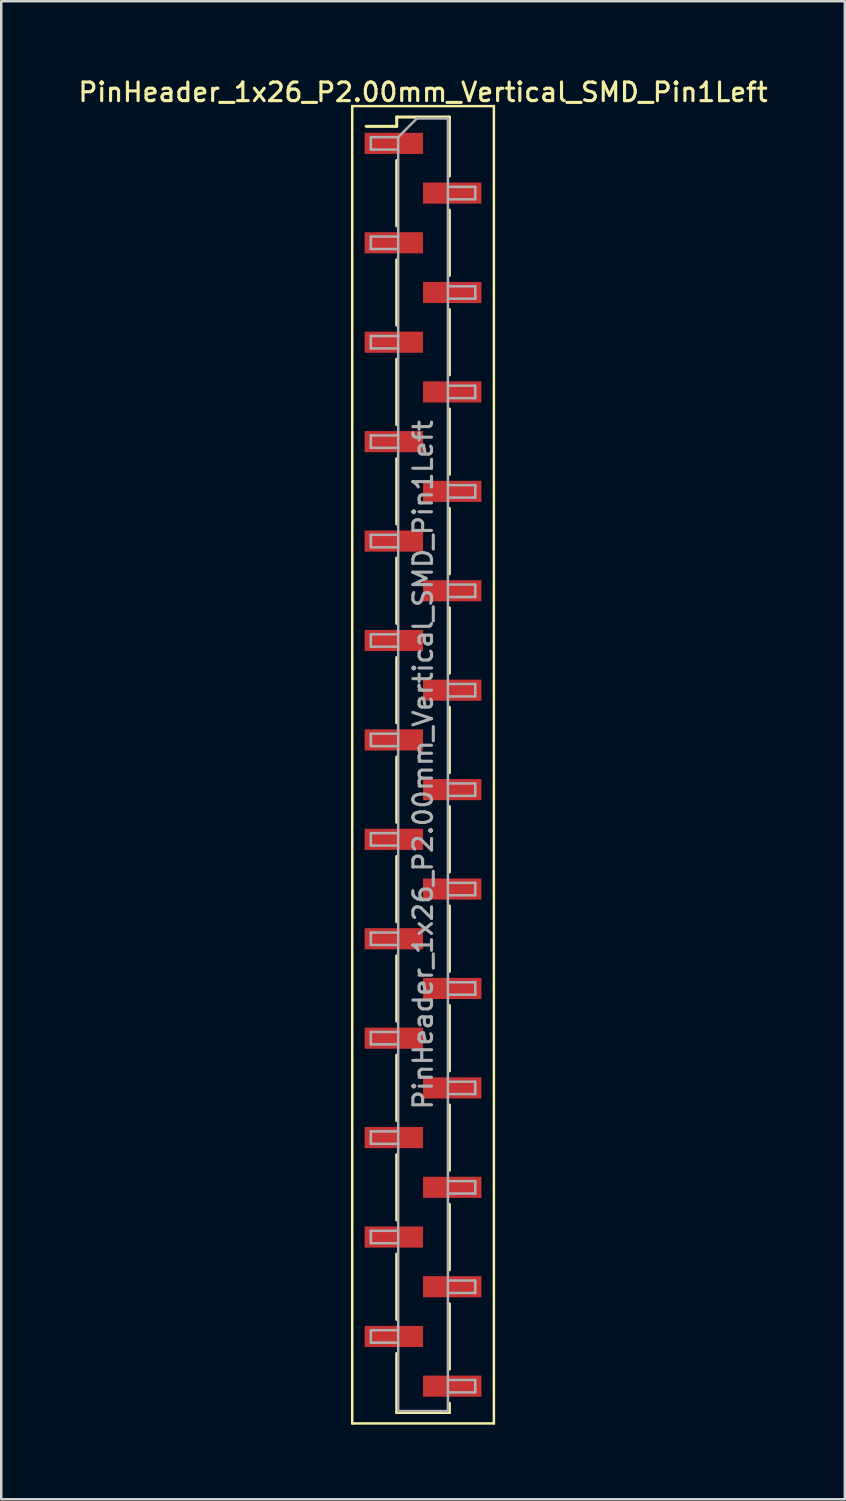
<source format=kicad_pcb>
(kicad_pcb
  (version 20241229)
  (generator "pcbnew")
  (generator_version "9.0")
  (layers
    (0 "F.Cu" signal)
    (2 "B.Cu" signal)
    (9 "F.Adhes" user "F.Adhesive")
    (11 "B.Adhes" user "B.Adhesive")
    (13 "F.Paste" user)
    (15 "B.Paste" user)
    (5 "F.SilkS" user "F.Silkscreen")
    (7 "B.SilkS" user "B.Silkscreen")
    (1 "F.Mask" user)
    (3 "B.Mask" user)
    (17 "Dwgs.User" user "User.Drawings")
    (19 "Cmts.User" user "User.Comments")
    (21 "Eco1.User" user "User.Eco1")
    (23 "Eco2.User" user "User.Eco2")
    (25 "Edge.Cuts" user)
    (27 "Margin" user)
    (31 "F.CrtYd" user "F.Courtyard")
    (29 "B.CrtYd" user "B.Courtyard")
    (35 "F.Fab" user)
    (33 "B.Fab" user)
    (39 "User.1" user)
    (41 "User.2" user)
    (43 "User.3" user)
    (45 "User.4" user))
  (footprint "PinHeader_1x26_P2.00mm_Vertical_SMD_Pin1Left"
    (layer "F.Cu")
    (at 13.97 27.718)
    (property "Reference" "PinHeader_1x26_P2.00mm_Vertical_SMD_Pin1Left" (at 0 -27.06 0) (layer "F.SilkS") (effects (font (size 0.75 0.75) (thickness 0.125))))
    (attr smd)
    (fp_line (start -2.85 -26.5) (end -2.85 26.5) (stroke (width 0.1) (type solid)) (layer "F.SilkS"))
    (fp_line (start -2.85 26.5) (end 2.85 26.5) (stroke (width 0.1) (type solid)) (layer "F.SilkS"))
    (fp_line (start -1.06 -26.06) (end -1.06 -25.685) (stroke (width 0.12) (type solid)) (layer "F.SilkS"))
    (fp_line (start -1.06 -26.06) (end 1.06 -26.06) (stroke (width 0.12) (type solid)) (layer "F.SilkS"))
    (fp_line (start -1.06 -25.685) (end -2.29 -25.685) (stroke (width 0.12) (type solid)) (layer "F.SilkS"))
    (fp_line (start -1.06 -24.315) (end -1.06 -21.685) (stroke (width 0.12) (type solid)) (layer "F.SilkS"))
    (fp_line (start -1.06 -20.315) (end -1.06 -17.685) (stroke (width 0.12) (type solid)) (layer "F.SilkS"))
    (fp_line (start -1.06 -16.315) (end -1.06 -13.685) (stroke (width 0.12) (type solid)) (layer "F.SilkS"))
    (fp_line (start -1.06 -12.315) (end -1.06 -9.685) (stroke (width 0.12) (type solid)) (layer "F.SilkS"))
    (fp_line (start -1.06 -8.315) (end -1.06 -5.685) (stroke (width 0.12) (type solid)) (layer "F.SilkS"))
    (fp_line (start -1.06 -4.315) (end -1.06 -1.685) (stroke (width 0.12) (type solid)) (layer "F.SilkS"))
    (fp_line (start -1.06 -0.315) (end -1.06 2.315) (stroke (width 0.12) (type solid)) (layer "F.SilkS"))
    (fp_line (start -1.06 3.685) (end -1.06 6.315) (stroke (width 0.12) (type solid)) (layer "F.SilkS"))
    (fp_line (start -1.06 7.685) (end -1.06 10.315) (stroke (width 0.12) (type solid)) (layer "F.SilkS"))
    (fp_line (start -1.06 11.685) (end -1.06 14.315) (stroke (width 0.12) (type solid)) (layer "F.SilkS"))
    (fp_line (start -1.06 15.685) (end -1.06 18.315) (stroke (width 0.12) (type solid)) (layer "F.SilkS"))
    (fp_line (start -1.06 19.685) (end -1.06 22.315) (stroke (width 0.12) (type solid)) (layer "F.SilkS"))
    (fp_line (start -1.06 23.685) (end -1.06 26.06) (stroke (width 0.12) (type solid)) (layer "F.SilkS"))
    (fp_line (start -1.06 26.06) (end 1.06 26.06) (stroke (width 0.12) (type solid)) (layer "F.SilkS"))
    (fp_line (start 1.06 -26.06) (end 1.06 -23.685) (stroke (width 0.12) (type solid)) (layer "F.SilkS"))
    (fp_line (start 1.06 -22.315) (end 1.06 -19.685) (stroke (width 0.12) (type solid)) (layer "F.SilkS"))
    (fp_line (start 1.06 -18.315) (end 1.06 -15.685) (stroke (width 0.12) (type solid)) (layer "F.SilkS"))
    (fp_line (start 1.06 -14.315) (end 1.06 -11.685) (stroke (width 0.12) (type solid)) (layer "F.SilkS"))
    (fp_line (start 1.06 -10.315) (end 1.06 -7.685) (stroke (width 0.12) (type solid)) (layer "F.SilkS"))
    (fp_line (start 1.06 -6.315) (end 1.06 -3.685) (stroke (width 0.12) (type solid)) (layer "F.SilkS"))
    (fp_line (start 1.06 -2.315) (end 1.06 0.315) (stroke (width 0.12) (type solid)) (layer "F.SilkS"))
    (fp_line (start 1.06 1.685) (end 1.06 4.315) (stroke (width 0.12) (type solid)) (layer "F.SilkS"))
    (fp_line (start 1.06 5.685) (end 1.06 8.315) (stroke (width 0.12) (type solid)) (layer "F.SilkS"))
    (fp_line (start 1.06 9.685) (end 1.06 12.315) (stroke (width 0.12) (type solid)) (layer "F.SilkS"))
    (fp_line (start 1.06 13.685) (end 1.06 16.315) (stroke (width 0.12) (type solid)) (layer "F.SilkS"))
    (fp_line (start 1.06 17.685) (end 1.06 20.315) (stroke (width 0.12) (type solid)) (layer "F.SilkS"))
    (fp_line (start 1.06 21.685) (end 1.06 24.315) (stroke (width 0.12) (type solid)) (layer "F.SilkS"))
    (fp_line (start 1.06 25.685) (end 1.06 26.06) (stroke (width 0.12) (type solid)) (layer "F.SilkS"))
    (fp_line (start 2.85 -26.5) (end -2.85 -26.5) (stroke (width 0.1) (type solid)) (layer "F.SilkS"))
    (fp_line (start 2.85 26.5) (end 2.85 -26.5) (stroke (width 0.1) (type solid)) (layer "F.SilkS"))
    (fp_line (start -2.1 -25.25) (end -2.1 -24.75) (stroke (width 0.1) (type solid)) (layer "F.Fab"))
    (fp_line (start -2.1 -24.75) (end -1 -24.75) (stroke (width 0.1) (type solid)) (layer "F.Fab"))
    (fp_line (start -2.1 -21.25) (end -2.1 -20.75) (stroke (width 0.1) (type solid)) (layer "F.Fab"))
    (fp_line (start -2.1 -20.75) (end -1 -20.75) (stroke (width 0.1) (type solid)) (layer "F.Fab"))
    (fp_line (start -2.1 -17.25) (end -2.1 -16.75) (stroke (width 0.1) (type solid)) (layer "F.Fab"))
    (fp_line (start -2.1 -16.75) (end -1 -16.75) (stroke (width 0.1) (type solid)) (layer "F.Fab"))
    (fp_line (start -2.1 -13.25) (end -2.1 -12.75) (stroke (width 0.1) (type solid)) (layer "F.Fab"))
    (fp_line (start -2.1 -12.75) (end -1 -12.75) (stroke (width 0.1) (type solid)) (layer "F.Fab"))
    (fp_line (start -2.1 -9.25) (end -2.1 -8.75) (stroke (width 0.1) (type solid)) (layer "F.Fab"))
    (fp_line (start -2.1 -8.75) (end -1 -8.75) (stroke (width 0.1) (type solid)) (layer "F.Fab"))
    (fp_line (start -2.1 -5.25) (end -2.1 -4.75) (stroke (width 0.1) (type solid)) (layer "F.Fab"))
    (fp_line (start -2.1 -4.75) (end -1 -4.75) (stroke (width 0.1) (type solid)) (layer "F.Fab"))
    (fp_line (start -2.1 -1.25) (end -2.1 -0.75) (stroke (width 0.1) (type solid)) (layer "F.Fab"))
    (fp_line (start -2.1 -0.75) (end -1 -0.75) (stroke (width 0.1) (type solid)) (layer "F.Fab"))
    (fp_line (start -2.1 2.75) (end -2.1 3.25) (stroke (width 0.1) (type solid)) (layer "F.Fab"))
    (fp_line (start -2.1 3.25) (end -1 3.25) (stroke (width 0.1) (type solid)) (layer "F.Fab"))
    (fp_line (start -2.1 6.75) (end -2.1 7.25) (stroke (width 0.1) (type solid)) (layer "F.Fab"))
    (fp_line (start -2.1 7.25) (end -1 7.25) (stroke (width 0.1) (type solid)) (layer "F.Fab"))
    (fp_line (start -2.1 10.75) (end -2.1 11.25) (stroke (width 0.1) (type solid)) (layer "F.Fab"))
    (fp_line (start -2.1 11.25) (end -1 11.25) (stroke (width 0.1) (type solid)) (layer "F.Fab"))
    (fp_line (start -2.1 14.75) (end -2.1 15.25) (stroke (width 0.1) (type solid)) (layer "F.Fab"))
    (fp_line (start -2.1 15.25) (end -1 15.25) (stroke (width 0.1) (type solid)) (layer "F.Fab"))
    (fp_line (start -2.1 18.75) (end -2.1 19.25) (stroke (width 0.1) (type solid)) (layer "F.Fab"))
    (fp_line (start -2.1 19.25) (end -1 19.25) (stroke (width 0.1) (type solid)) (layer "F.Fab"))
    (fp_line (start -2.1 22.75) (end -2.1 23.25) (stroke (width 0.1) (type solid)) (layer "F.Fab"))
    (fp_line (start -2.1 23.25) (end -1 23.25) (stroke (width 0.1) (type solid)) (layer "F.Fab"))
    (fp_line (start -1 -25.25) (end -2.1 -25.25) (stroke (width 0.1) (type solid)) (layer "F.Fab"))
    (fp_line (start -1 -25.25) (end -0.25 -26) (stroke (width 0.1) (type solid)) (layer "F.Fab"))
    (fp_line (start -1 -21.25) (end -2.1 -21.25) (stroke (width 0.1) (type solid)) (layer "F.Fab"))
    (fp_line (start -1 -17.25) (end -2.1 -17.25) (stroke (width 0.1) (type solid)) (layer "F.Fab"))
    (fp_line (start -1 -13.25) (end -2.1 -13.25) (stroke (width 0.1) (type solid)) (layer "F.Fab"))
    (fp_line (start -1 -9.25) (end -2.1 -9.25) (stroke (width 0.1) (type solid)) (layer "F.Fab"))
    (fp_line (start -1 -5.25) (end -2.1 -5.25) (stroke (width 0.1) (type solid)) (layer "F.Fab"))
    (fp_line (start -1 -1.25) (end -2.1 -1.25) (stroke (width 0.1) (type solid)) (layer "F.Fab"))
    (fp_line (start -1 2.75) (end -2.1 2.75) (stroke (width 0.1) (type solid)) (layer "F.Fab"))
    (fp_line (start -1 6.75) (end -2.1 6.75) (stroke (width 0.1) (type solid)) (layer "F.Fab"))
    (fp_line (start -1 10.75) (end -2.1 10.75) (stroke (width 0.1) (type solid)) (layer "F.Fab"))
    (fp_line (start -1 14.75) (end -2.1 14.75) (stroke (width 0.1) (type solid)) (layer "F.Fab"))
    (fp_line (start -1 18.75) (end -2.1 18.75) (stroke (width 0.1) (type solid)) (layer "F.Fab"))
    (fp_line (start -1 22.75) (end -2.1 22.75) (stroke (width 0.1) (type solid)) (layer "F.Fab"))
    (fp_line (start -1 26) (end -1 -25.25) (stroke (width 0.1) (type solid)) (layer "F.Fab"))
    (fp_line (start -0.25 -26) (end 1 -26) (stroke (width 0.1) (type solid)) (layer "F.Fab"))
    (fp_line (start 1 -26) (end 1 26) (stroke (width 0.1) (type solid)) (layer "F.Fab"))
    (fp_line (start 1 -23.25) (end 2.1 -23.25) (stroke (width 0.1) (type solid)) (layer "F.Fab"))
    (fp_line (start 1 -19.25) (end 2.1 -19.25) (stroke (width 0.1) (type solid)) (layer "F.Fab"))
    (fp_line (start 1 -15.25) (end 2.1 -15.25) (stroke (width 0.1) (type solid)) (layer "F.Fab"))
    (fp_line (start 1 -11.25) (end 2.1 -11.25) (stroke (width 0.1) (type solid)) (layer "F.Fab"))
    (fp_line (start 1 -7.25) (end 2.1 -7.25) (stroke (width 0.1) (type solid)) (layer "F.Fab"))
    (fp_line (start 1 -3.25) (end 2.1 -3.25) (stroke (width 0.1) (type solid)) (layer "F.Fab"))
    (fp_line (start 1 0.75) (end 2.1 0.75) (stroke (width 0.1) (type solid)) (layer "F.Fab"))
    (fp_line (start 1 4.75) (end 2.1 4.75) (stroke (width 0.1) (type solid)) (layer "F.Fab"))
    (fp_line (start 1 8.75) (end 2.1 8.75) (stroke (width 0.1) (type solid)) (layer "F.Fab"))
    (fp_line (start 1 12.75) (end 2.1 12.75) (stroke (width 0.1) (type solid)) (layer "F.Fab"))
    (fp_line (start 1 16.75) (end 2.1 16.75) (stroke (width 0.1) (type solid)) (layer "F.Fab"))
    (fp_line (start 1 20.75) (end 2.1 20.75) (stroke (width 0.1) (type solid)) (layer "F.Fab"))
    (fp_line (start 1 24.75) (end 2.1 24.75) (stroke (width 0.1) (type solid)) (layer "F.Fab"))
    (fp_line (start 1 26) (end -1 26) (stroke (width 0.1) (type solid)) (layer "F.Fab"))
    (fp_line (start 2.1 -23.25) (end 2.1 -22.75) (stroke (width 0.1) (type solid)) (layer "F.Fab"))
    (fp_line (start 2.1 -22.75) (end 1 -22.75) (stroke (width 0.1) (type solid)) (layer "F.Fab"))
    (fp_line (start 2.1 -19.25) (end 2.1 -18.75) (stroke (width 0.1) (type solid)) (layer "F.Fab"))
    (fp_line (start 2.1 -18.75) (end 1 -18.75) (stroke (width 0.1) (type solid)) (layer "F.Fab"))
    (fp_line (start 2.1 -15.25) (end 2.1 -14.75) (stroke (width 0.1) (type solid)) (layer "F.Fab"))
    (fp_line (start 2.1 -14.75) (end 1 -14.75) (stroke (width 0.1) (type solid)) (layer "F.Fab"))
    (fp_line (start 2.1 -11.25) (end 2.1 -10.75) (stroke (width 0.1) (type solid)) (layer "F.Fab"))
    (fp_line (start 2.1 -10.75) (end 1 -10.75) (stroke (width 0.1) (type solid)) (layer "F.Fab"))
    (fp_line (start 2.1 -7.25) (end 2.1 -6.75) (stroke (width 0.1) (type solid)) (layer "F.Fab"))
    (fp_line (start 2.1 -6.75) (end 1 -6.75) (stroke (width 0.1) (type solid)) (layer "F.Fab"))
    (fp_line (start 2.1 -3.25) (end 2.1 -2.75) (stroke (width 0.1) (type solid)) (layer "F.Fab"))
    (fp_line (start 2.1 -2.75) (end 1 -2.75) (stroke (width 0.1) (type solid)) (layer "F.Fab"))
    (fp_line (start 2.1 0.75) (end 2.1 1.25) (stroke (width 0.1) (type solid)) (layer "F.Fab"))
    (fp_line (start 2.1 1.25) (end 1 1.25) (stroke (width 0.1) (type solid)) (layer "F.Fab"))
    (fp_line (start 2.1 4.75) (end 2.1 5.25) (stroke (width 0.1) (type solid)) (layer "F.Fab"))
    (fp_line (start 2.1 5.25) (end 1 5.25) (stroke (width 0.1) (type solid)) (layer "F.Fab"))
    (fp_line (start 2.1 8.75) (end 2.1 9.25) (stroke (width 0.1) (type solid)) (layer "F.Fab"))
    (fp_line (start 2.1 9.25) (end 1 9.25) (stroke (width 0.1) (type solid)) (layer "F.Fab"))
    (fp_line (start 2.1 12.75) (end 2.1 13.25) (stroke (width 0.1) (type solid)) (layer "F.Fab"))
    (fp_line (start 2.1 13.25) (end 1 13.25) (stroke (width 0.1) (type solid)) (layer "F.Fab"))
    (fp_line (start 2.1 16.75) (end 2.1 17.25) (stroke (width 0.1) (type solid)) (layer "F.Fab"))
    (fp_line (start 2.1 17.25) (end 1 17.25) (stroke (width 0.1) (type solid)) (layer "F.Fab"))
    (fp_line (start 2.1 20.75) (end 2.1 21.25) (stroke (width 0.1) (type solid)) (layer "F.Fab"))
    (fp_line (start 2.1 21.25) (end 1 21.25) (stroke (width 0.1) (type solid)) (layer "F.Fab"))
    (fp_line (start 2.1 24.75) (end 2.1 25.25) (stroke (width 0.1) (type solid)) (layer "F.Fab"))
    (fp_line (start 2.1 25.25) (end 1 25.25) (stroke (width 0.1) (type solid)) (layer "F.Fab"))
    (fp_text user "${REFERENCE}" (at 0 0 90) (layer "F.Fab") (effects (font (size 0.75 0.75) (thickness 0.125))))
    (pad "1" smd rect (at -1.175 -25) (size 2.35 0.85) (layers "F.Cu" "F.Mask" "F.Paste"))
    (pad "2" smd rect (at 1.175 -23) (size 2.35 0.85) (layers "F.Cu" "F.Mask" "F.Paste"))
    (pad "3" smd rect (at -1.175 -21) (size 2.35 0.85) (layers "F.Cu" "F.Mask" "F.Paste"))
    (pad "4" smd rect (at 1.175 -19) (size 2.35 0.85) (layers "F.Cu" "F.Mask" "F.Paste"))
    (pad "5" smd rect (at -1.175 -17) (size 2.35 0.85) (layers "F.Cu" "F.Mask" "F.Paste"))
    (pad "6" smd rect (at 1.175 -15) (size 2.35 0.85) (layers "F.Cu" "F.Mask" "F.Paste"))
    (pad "7" smd rect (at -1.175 -13) (size 2.35 0.85) (layers "F.Cu" "F.Mask" "F.Paste"))
    (pad "8" smd rect (at 1.175 -11) (size 2.35 0.85) (layers "F.Cu" "F.Mask" "F.Paste"))
    (pad "9" smd rect (at -1.175 -9) (size 2.35 0.85) (layers "F.Cu" "F.Mask" "F.Paste"))
    (pad "10" smd rect (at 1.175 -7) (size 2.35 0.85) (layers "F.Cu" "F.Mask" "F.Paste"))
    (pad "11" smd rect (at -1.175 -5) (size 2.35 0.85) (layers "F.Cu" "F.Mask" "F.Paste"))
    (pad "12" smd rect (at 1.175 -3) (size 2.35 0.85) (layers "F.Cu" "F.Mask" "F.Paste"))
    (pad "13" smd rect (at -1.175 -1) (size 2.35 0.85) (layers "F.Cu" "F.Mask" "F.Paste"))
    (pad "14" smd rect (at 1.175 1) (size 2.35 0.85) (layers "F.Cu" "F.Mask" "F.Paste"))
    (pad "15" smd rect (at -1.175 3) (size 2.35 0.85) (layers "F.Cu" "F.Mask" "F.Paste"))
    (pad "16" smd rect (at 1.175 5) (size 2.35 0.85) (layers "F.Cu" "F.Mask" "F.Paste"))
    (pad "17" smd rect (at -1.175 7) (size 2.35 0.85) (layers "F.Cu" "F.Mask" "F.Paste"))
    (pad "18" smd rect (at 1.175 9) (size 2.35 0.85) (layers "F.Cu" "F.Mask" "F.Paste"))
    (pad "19" smd rect (at -1.175 11) (size 2.35 0.85) (layers "F.Cu" "F.Mask" "F.Paste"))
    (pad "20" smd rect (at 1.175 13) (size 2.35 0.85) (layers "F.Cu" "F.Mask" "F.Paste"))
    (pad "21" smd rect (at -1.175 15) (size 2.35 0.85) (layers "F.Cu" "F.Mask" "F.Paste"))
    (pad "22" smd rect (at 1.175 17) (size 2.35 0.85) (layers "F.Cu" "F.Mask" "F.Paste"))
    (pad "23" smd rect (at -1.175 19) (size 2.35 0.85) (layers "F.Cu" "F.Mask" "F.Paste"))
    (pad "24" smd rect (at 1.175 21) (size 2.35 0.85) (layers "F.Cu" "F.Mask" "F.Paste"))
    (pad "25" smd rect (at -1.175 23) (size 2.35 0.85) (layers "F.Cu" "F.Mask" "F.Paste"))
    (pad "26" smd rect (at 1.175 25) (size 2.35 0.85) (layers "F.Cu" "F.Mask" "F.Paste")))
  (gr_rect
    (start -3 -3)
    (end 30.939 57.268)
    (stroke (width 0.1) (type default))
    (fill no)
    (layer "Edge.Cuts")))
</source>
